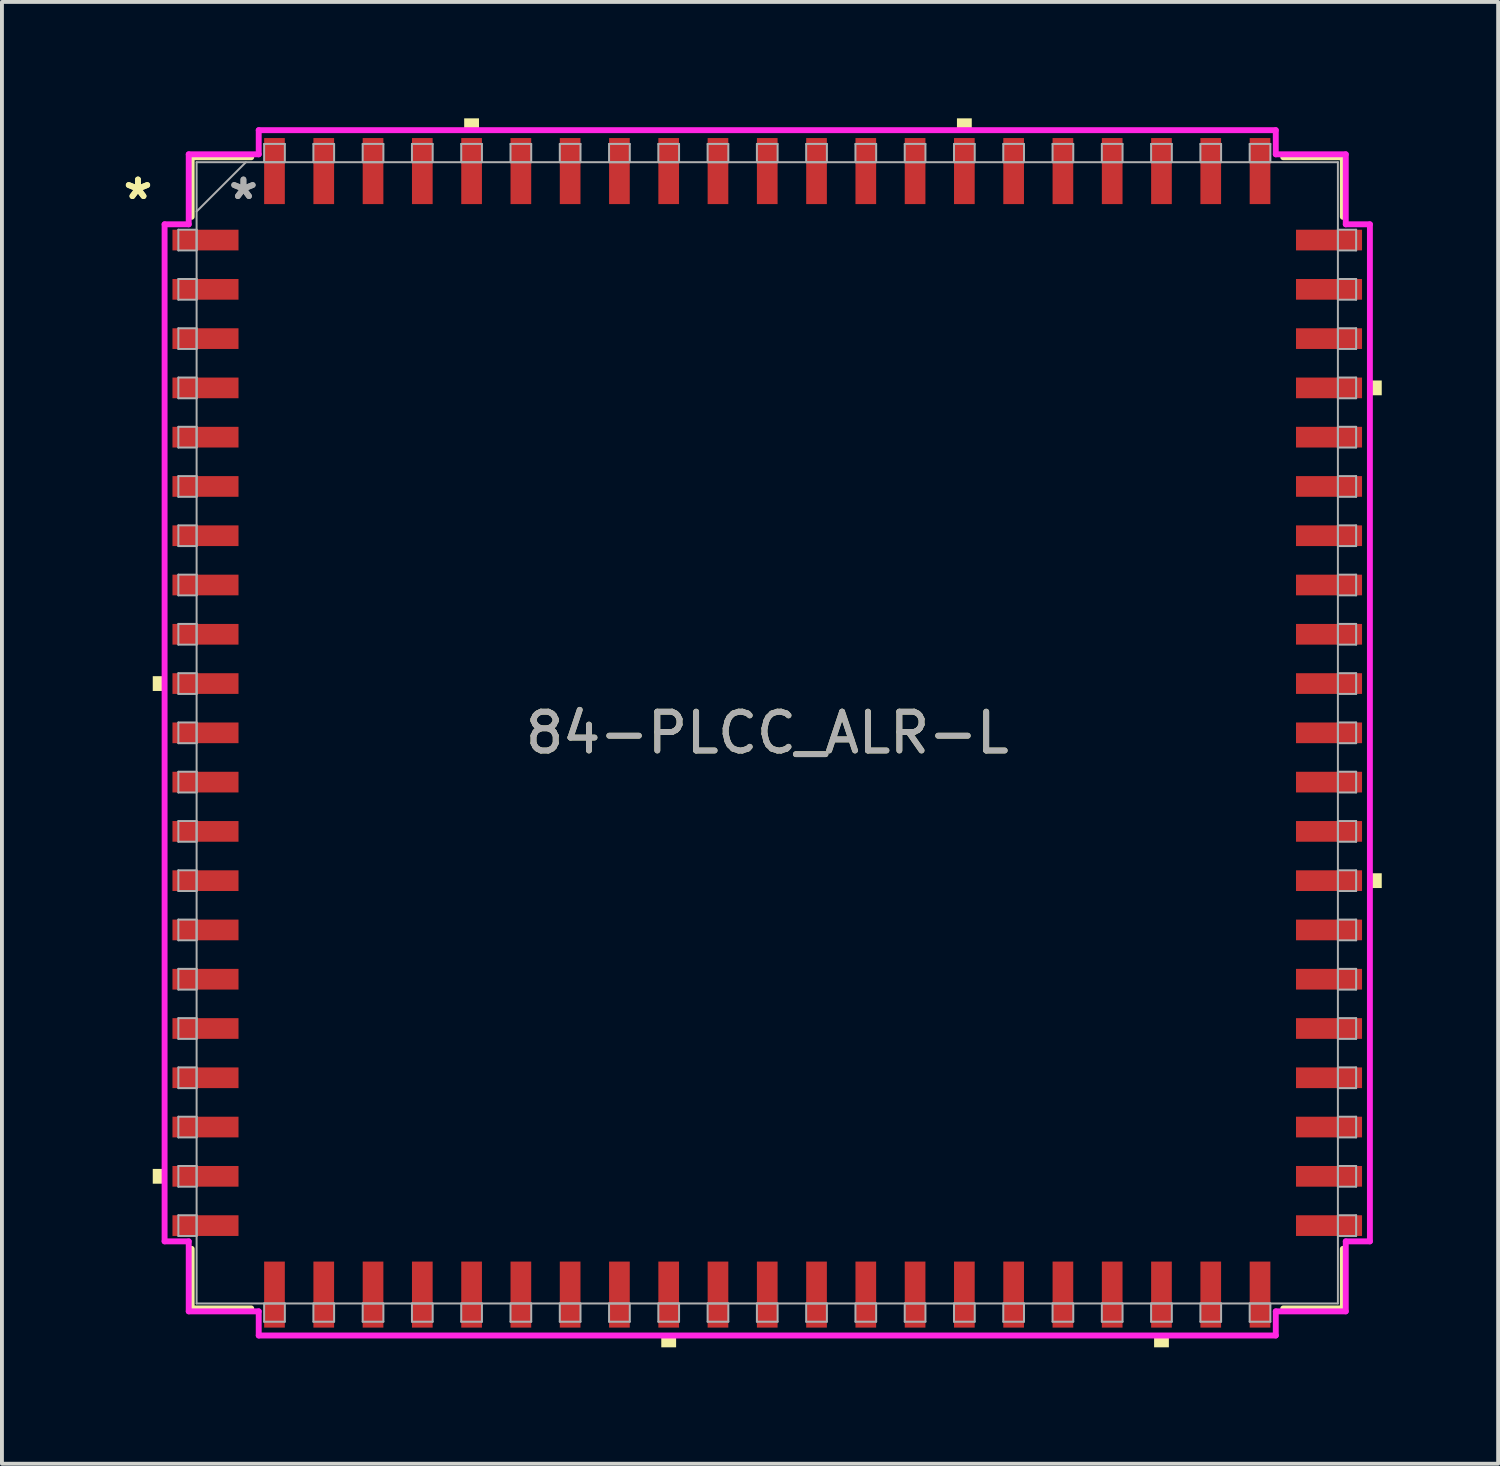
<source format=kicad_pcb>
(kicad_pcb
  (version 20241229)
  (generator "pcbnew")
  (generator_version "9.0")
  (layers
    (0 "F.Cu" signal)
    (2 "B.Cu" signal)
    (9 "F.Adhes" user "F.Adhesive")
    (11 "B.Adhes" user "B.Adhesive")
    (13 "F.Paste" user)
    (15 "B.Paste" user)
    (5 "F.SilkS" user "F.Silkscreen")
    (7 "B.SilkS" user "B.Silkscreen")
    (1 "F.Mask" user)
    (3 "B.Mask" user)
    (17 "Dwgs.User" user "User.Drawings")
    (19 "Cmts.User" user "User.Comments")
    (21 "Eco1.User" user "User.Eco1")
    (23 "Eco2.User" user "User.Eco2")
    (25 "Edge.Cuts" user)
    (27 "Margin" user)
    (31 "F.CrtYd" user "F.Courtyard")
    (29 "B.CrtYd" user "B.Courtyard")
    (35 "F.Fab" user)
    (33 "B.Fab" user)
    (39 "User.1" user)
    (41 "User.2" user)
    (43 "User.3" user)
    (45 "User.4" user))
  (footprint "84-PLCC_ALR-L"
    (layer "F.Cu")
    (at 16.724 15.837)
    (property "Reference" "84-PLCC_ALR-L" (at 0 0 0) (unlocked yes) (layer "F.SilkS") (effects (font (size 1 1) (thickness 0.15))))
    (attr smd)
    (fp_line (start -14.834 -14.834) (end -14.834 -13.299) (stroke (width 0.152) (type solid)) (layer "F.SilkS"))
    (fp_line (start -14.834 13.299) (end -14.834 14.834) (stroke (width 0.152) (type solid)) (layer "F.SilkS"))
    (fp_line (start -14.834 14.834) (end -13.299 14.834) (stroke (width 0.152) (type solid)) (layer "F.SilkS"))
    (fp_line (start -13.299 -14.834) (end -14.834 -14.834) (stroke (width 0.152) (type solid)) (layer "F.SilkS"))
    (fp_line (start 13.299 14.834) (end 14.834 14.834) (stroke (width 0.152) (type solid)) (layer "F.SilkS"))
    (fp_line (start 14.834 -14.834) (end 13.299 -14.834) (stroke (width 0.152) (type solid)) (layer "F.SilkS"))
    (fp_line (start 14.834 -13.299) (end 14.834 -14.834) (stroke (width 0.152) (type solid)) (layer "F.SilkS"))
    (fp_line (start 14.834 14.834) (end 14.834 13.299) (stroke (width 0.152) (type solid)) (layer "F.SilkS"))
    (fp_poly (pts (xy -15.837 -1.46) (xy -15.837 -1.079) (xy -15.583 -1.079) (xy -15.583 -1.46)) (stroke (width 0) (type solid)) (fill yes) (layer "F.SilkS"))
    (fp_poly (pts (xy -15.837 11.239) (xy -15.837 11.62) (xy -15.583 11.62) (xy -15.583 11.239)) (stroke (width 0) (type solid)) (fill yes) (layer "F.SilkS"))
    (fp_poly (pts (xy -7.811 -15.583) (xy -7.811 -15.837) (xy -7.429 -15.837) (xy -7.429 -15.583)) (stroke (width 0) (type solid)) (fill yes) (layer "F.SilkS"))
    (fp_poly (pts (xy -2.731 15.583) (xy -2.731 15.837) (xy -2.349 15.837) (xy -2.349 15.583)) (stroke (width 0) (type solid)) (fill yes) (layer "F.SilkS"))
    (fp_poly (pts (xy 4.889 -15.583) (xy 4.889 -15.837) (xy 5.271 -15.837) (xy 5.271 -15.583)) (stroke (width 0) (type solid)) (fill yes) (layer "F.SilkS"))
    (fp_poly (pts (xy 9.97 15.583) (xy 9.97 15.837) (xy 10.351 15.837) (xy 10.351 15.583)) (stroke (width 0) (type solid)) (fill yes) (layer "F.SilkS"))
    (fp_poly (pts (xy 15.837 -9.081) (xy 15.837 -8.7) (xy 15.583 -8.7) (xy 15.583 -9.081)) (stroke (width 0) (type solid)) (fill yes) (layer "F.SilkS"))
    (fp_poly (pts (xy 15.837 3.619) (xy 15.837 4) (xy 15.583 4) (xy 15.583 3.619)) (stroke (width 0) (type solid)) (fill yes) (layer "F.SilkS"))
    (fp_line (start -15.532 -13.106) (end -14.91 -13.106) (stroke (width 0.152) (type solid)) (layer "F.CrtYd"))
    (fp_line (start -15.532 13.106) (end -15.532 -13.106) (stroke (width 0.152) (type solid)) (layer "F.CrtYd"))
    (fp_line (start -15.532 13.106) (end -14.91 13.106) (stroke (width 0.152) (type solid)) (layer "F.CrtYd"))
    (fp_line (start -14.91 -14.91) (end -13.106 -14.91) (stroke (width 0.152) (type solid)) (layer "F.CrtYd"))
    (fp_line (start -14.91 -13.106) (end -14.91 -14.91) (stroke (width 0.152) (type solid)) (layer "F.CrtYd"))
    (fp_line (start -14.91 14.91) (end -14.91 13.106) (stroke (width 0.152) (type solid)) (layer "F.CrtYd"))
    (fp_line (start -13.106 -15.532) (end 13.106 -15.532) (stroke (width 0.152) (type solid)) (layer "F.CrtYd"))
    (fp_line (start -13.106 -14.91) (end -13.106 -15.532) (stroke (width 0.152) (type solid)) (layer "F.CrtYd"))
    (fp_line (start -13.106 14.91) (end -14.91 14.91) (stroke (width 0.152) (type solid)) (layer "F.CrtYd"))
    (fp_line (start -13.106 15.532) (end -13.106 14.91) (stroke (width 0.152) (type solid)) (layer "F.CrtYd"))
    (fp_line (start 13.106 -15.532) (end 13.106 -14.91) (stroke (width 0.152) (type solid)) (layer "F.CrtYd"))
    (fp_line (start 13.106 -14.91) (end 14.91 -14.91) (stroke (width 0.152) (type solid)) (layer "F.CrtYd"))
    (fp_line (start 13.106 14.91) (end 13.106 15.532) (stroke (width 0.152) (type solid)) (layer "F.CrtYd"))
    (fp_line (start 13.106 15.532) (end -13.106 15.532) (stroke (width 0.152) (type solid)) (layer "F.CrtYd"))
    (fp_line (start 14.91 -14.91) (end 14.91 -13.106) (stroke (width 0.152) (type solid)) (layer "F.CrtYd"))
    (fp_line (start 14.91 -13.106) (end 15.532 -13.106) (stroke (width 0.152) (type solid)) (layer "F.CrtYd"))
    (fp_line (start 14.91 13.106) (end 14.91 14.91) (stroke (width 0.152) (type solid)) (layer "F.CrtYd"))
    (fp_line (start 14.91 14.91) (end 13.106 14.91) (stroke (width 0.152) (type solid)) (layer "F.CrtYd"))
    (fp_line (start 15.532 -13.106) (end 15.532 13.106) (stroke (width 0.152) (type solid)) (layer "F.CrtYd"))
    (fp_line (start 15.532 13.106) (end 14.91 13.106) (stroke (width 0.152) (type solid)) (layer "F.CrtYd"))
    (fp_line (start -15.177 -12.967) (end -15.177 -12.433) (stroke (width 0.051) (type solid)) (layer "F.Fab"))
    (fp_line (start -15.177 -12.433) (end -14.707 -12.433) (stroke (width 0.051) (type solid)) (layer "F.Fab"))
    (fp_line (start -15.177 -11.697) (end -15.177 -11.163) (stroke (width 0.051) (type solid)) (layer "F.Fab"))
    (fp_line (start -15.177 -11.163) (end -14.707 -11.163) (stroke (width 0.051) (type solid)) (layer "F.Fab"))
    (fp_line (start -15.177 -10.427) (end -15.177 -9.893) (stroke (width 0.051) (type solid)) (layer "F.Fab"))
    (fp_line (start -15.177 -9.893) (end -14.707 -9.893) (stroke (width 0.051) (type solid)) (layer "F.Fab"))
    (fp_line (start -15.177 -9.157) (end -15.177 -8.623) (stroke (width 0.051) (type solid)) (layer "F.Fab"))
    (fp_line (start -15.177 -8.623) (end -14.707 -8.623) (stroke (width 0.051) (type solid)) (layer "F.Fab"))
    (fp_line (start -15.177 -7.887) (end -15.177 -7.353) (stroke (width 0.051) (type solid)) (layer "F.Fab"))
    (fp_line (start -15.177 -7.353) (end -14.707 -7.353) (stroke (width 0.051) (type solid)) (layer "F.Fab"))
    (fp_line (start -15.177 -6.617) (end -15.177 -6.083) (stroke (width 0.051) (type solid)) (layer "F.Fab"))
    (fp_line (start -15.177 -6.083) (end -14.707 -6.083) (stroke (width 0.051) (type solid)) (layer "F.Fab"))
    (fp_line (start -15.177 -5.347) (end -15.177 -4.813) (stroke (width 0.051) (type solid)) (layer "F.Fab"))
    (fp_line (start -15.177 -4.813) (end -14.707 -4.813) (stroke (width 0.051) (type solid)) (layer "F.Fab"))
    (fp_line (start -15.177 -4.077) (end -15.177 -3.543) (stroke (width 0.051) (type solid)) (layer "F.Fab"))
    (fp_line (start -15.177 -3.543) (end -14.707 -3.543) (stroke (width 0.051) (type solid)) (layer "F.Fab"))
    (fp_line (start -15.177 -2.807) (end -15.177 -2.273) (stroke (width 0.051) (type solid)) (layer "F.Fab"))
    (fp_line (start -15.177 -2.273) (end -14.707 -2.273) (stroke (width 0.051) (type solid)) (layer "F.Fab"))
    (fp_line (start -15.177 -1.537) (end -15.177 -1.003) (stroke (width 0.051) (type solid)) (layer "F.Fab"))
    (fp_line (start -15.177 -1.003) (end -14.707 -1.003) (stroke (width 0.051) (type solid)) (layer "F.Fab"))
    (fp_line (start -15.177 -0.267) (end -15.177 0.267) (stroke (width 0.051) (type solid)) (layer "F.Fab"))
    (fp_line (start -15.177 0.267) (end -14.707 0.267) (stroke (width 0.051) (type solid)) (layer "F.Fab"))
    (fp_line (start -15.177 1.003) (end -15.177 1.537) (stroke (width 0.051) (type solid)) (layer "F.Fab"))
    (fp_line (start -15.177 1.537) (end -14.707 1.537) (stroke (width 0.051) (type solid)) (layer "F.Fab"))
    (fp_line (start -15.177 2.273) (end -15.177 2.807) (stroke (width 0.051) (type solid)) (layer "F.Fab"))
    (fp_line (start -15.177 2.807) (end -14.707 2.807) (stroke (width 0.051) (type solid)) (layer "F.Fab"))
    (fp_line (start -15.177 3.543) (end -15.177 4.077) (stroke (width 0.051) (type solid)) (layer "F.Fab"))
    (fp_line (start -15.177 4.077) (end -14.707 4.077) (stroke (width 0.051) (type solid)) (layer "F.Fab"))
    (fp_line (start -15.177 4.813) (end -15.177 5.347) (stroke (width 0.051) (type solid)) (layer "F.Fab"))
    (fp_line (start -15.177 5.347) (end -14.707 5.347) (stroke (width 0.051) (type solid)) (layer "F.Fab"))
    (fp_line (start -15.177 6.083) (end -15.177 6.617) (stroke (width 0.051) (type solid)) (layer "F.Fab"))
    (fp_line (start -15.177 6.617) (end -14.707 6.617) (stroke (width 0.051) (type solid)) (layer "F.Fab"))
    (fp_line (start -15.177 7.353) (end -15.177 7.887) (stroke (width 0.051) (type solid)) (layer "F.Fab"))
    (fp_line (start -15.177 7.887) (end -14.707 7.887) (stroke (width 0.051) (type solid)) (layer "F.Fab"))
    (fp_line (start -15.177 8.623) (end -15.177 9.157) (stroke (width 0.051) (type solid)) (layer "F.Fab"))
    (fp_line (start -15.177 9.157) (end -14.707 9.157) (stroke (width 0.051) (type solid)) (layer "F.Fab"))
    (fp_line (start -15.177 9.893) (end -15.177 10.427) (stroke (width 0.051) (type solid)) (layer "F.Fab"))
    (fp_line (start -15.177 10.427) (end -14.707 10.427) (stroke (width 0.051) (type solid)) (layer "F.Fab"))
    (fp_line (start -15.177 11.163) (end -15.177 11.697) (stroke (width 0.051) (type solid)) (layer "F.Fab"))
    (fp_line (start -15.177 11.697) (end -14.707 11.697) (stroke (width 0.051) (type solid)) (layer "F.Fab"))
    (fp_line (start -15.177 12.433) (end -15.177 12.967) (stroke (width 0.051) (type solid)) (layer "F.Fab"))
    (fp_line (start -15.177 12.967) (end -14.707 12.967) (stroke (width 0.051) (type solid)) (layer "F.Fab"))
    (fp_line (start -14.707 -14.707) (end -14.707 14.707) (stroke (width 0.051) (type solid)) (layer "F.Fab"))
    (fp_line (start -14.707 -13.437) (end -13.437 -14.707) (stroke (width 0.051) (type solid)) (layer "F.Fab"))
    (fp_line (start -14.707 -12.967) (end -15.177 -12.967) (stroke (width 0.051) (type solid)) (layer "F.Fab"))
    (fp_line (start -14.707 -12.433) (end -14.707 -12.967) (stroke (width 0.051) (type solid)) (layer "F.Fab"))
    (fp_line (start -14.707 -11.697) (end -15.177 -11.697) (stroke (width 0.051) (type solid)) (layer "F.Fab"))
    (fp_line (start -14.707 -11.163) (end -14.707 -11.697) (stroke (width 0.051) (type solid)) (layer "F.Fab"))
    (fp_line (start -14.707 -10.427) (end -15.177 -10.427) (stroke (width 0.051) (type solid)) (layer "F.Fab"))
    (fp_line (start -14.707 -9.893) (end -14.707 -10.427) (stroke (width 0.051) (type solid)) (layer "F.Fab"))
    (fp_line (start -14.707 -9.157) (end -15.177 -9.157) (stroke (width 0.051) (type solid)) (layer "F.Fab"))
    (fp_line (start -14.707 -8.623) (end -14.707 -9.157) (stroke (width 0.051) (type solid)) (layer "F.Fab"))
    (fp_line (start -14.707 -7.887) (end -15.177 -7.887) (stroke (width 0.051) (type solid)) (layer "F.Fab"))
    (fp_line (start -14.707 -7.353) (end -14.707 -7.887) (stroke (width 0.051) (type solid)) (layer "F.Fab"))
    (fp_line (start -14.707 -6.617) (end -15.177 -6.617) (stroke (width 0.051) (type solid)) (layer "F.Fab"))
    (fp_line (start -14.707 -6.083) (end -14.707 -6.617) (stroke (width 0.051) (type solid)) (layer "F.Fab"))
    (fp_line (start -14.707 -5.347) (end -15.177 -5.347) (stroke (width 0.051) (type solid)) (layer "F.Fab"))
    (fp_line (start -14.707 -4.813) (end -14.707 -5.347) (stroke (width 0.051) (type solid)) (layer "F.Fab"))
    (fp_line (start -14.707 -4.077) (end -15.177 -4.077) (stroke (width 0.051) (type solid)) (layer "F.Fab"))
    (fp_line (start -14.707 -3.543) (end -14.707 -4.077) (stroke (width 0.051) (type solid)) (layer "F.Fab"))
    (fp_line (start -14.707 -2.807) (end -15.177 -2.807) (stroke (width 0.051) (type solid)) (layer "F.Fab"))
    (fp_line (start -14.707 -2.273) (end -14.707 -2.807) (stroke (width 0.051) (type solid)) (layer "F.Fab"))
    (fp_line (start -14.707 -1.537) (end -15.177 -1.537) (stroke (width 0.051) (type solid)) (layer "F.Fab"))
    (fp_line (start -14.707 -1.003) (end -14.707 -1.537) (stroke (width 0.051) (type solid)) (layer "F.Fab"))
    (fp_line (start -14.707 -0.267) (end -15.177 -0.267) (stroke (width 0.051) (type solid)) (layer "F.Fab"))
    (fp_line (start -14.707 0.267) (end -14.707 -0.267) (stroke (width 0.051) (type solid)) (layer "F.Fab"))
    (fp_line (start -14.707 1.003) (end -15.177 1.003) (stroke (width 0.051) (type solid)) (layer "F.Fab"))
    (fp_line (start -14.707 1.537) (end -14.707 1.003) (stroke (width 0.051) (type solid)) (layer "F.Fab"))
    (fp_line (start -14.707 2.273) (end -15.177 2.273) (stroke (width 0.051) (type solid)) (layer "F.Fab"))
    (fp_line (start -14.707 2.807) (end -14.707 2.273) (stroke (width 0.051) (type solid)) (layer "F.Fab"))
    (fp_line (start -14.707 3.543) (end -15.177 3.543) (stroke (width 0.051) (type solid)) (layer "F.Fab"))
    (fp_line (start -14.707 4.077) (end -14.707 3.543) (stroke (width 0.051) (type solid)) (layer "F.Fab"))
    (fp_line (start -14.707 4.813) (end -15.177 4.813) (stroke (width 0.051) (type solid)) (layer "F.Fab"))
    (fp_line (start -14.707 5.347) (end -14.707 4.813) (stroke (width 0.051) (type solid)) (layer "F.Fab"))
    (fp_line (start -14.707 6.083) (end -15.177 6.083) (stroke (width 0.051) (type solid)) (layer "F.Fab"))
    (fp_line (start -14.707 6.617) (end -14.707 6.083) (stroke (width 0.051) (type solid)) (layer "F.Fab"))
    (fp_line (start -14.707 7.353) (end -15.177 7.353) (stroke (width 0.051) (type solid)) (layer "F.Fab"))
    (fp_line (start -14.707 7.887) (end -14.707 7.353) (stroke (width 0.051) (type solid)) (layer "F.Fab"))
    (fp_line (start -14.707 8.623) (end -15.177 8.623) (stroke (width 0.051) (type solid)) (layer "F.Fab"))
    (fp_line (start -14.707 9.157) (end -14.707 8.623) (stroke (width 0.051) (type solid)) (layer "F.Fab"))
    (fp_line (start -14.707 9.893) (end -15.177 9.893) (stroke (width 0.051) (type solid)) (layer "F.Fab"))
    (fp_line (start -14.707 10.427) (end -14.707 9.893) (stroke (width 0.051) (type solid)) (layer "F.Fab"))
    (fp_line (start -14.707 11.163) (end -15.177 11.163) (stroke (width 0.051) (type solid)) (layer "F.Fab"))
    (fp_line (start -14.707 11.697) (end -14.707 11.163) (stroke (width 0.051) (type solid)) (layer "F.Fab"))
    (fp_line (start -14.707 12.433) (end -15.177 12.433) (stroke (width 0.051) (type solid)) (layer "F.Fab"))
    (fp_line (start -14.707 12.967) (end -14.707 12.433) (stroke (width 0.051) (type solid)) (layer "F.Fab"))
    (fp_line (start -14.707 14.707) (end 14.707 14.707) (stroke (width 0.051) (type solid)) (layer "F.Fab"))
    (fp_line (start -12.967 -15.177) (end -12.967 -14.707) (stroke (width 0.051) (type solid)) (layer "F.Fab"))
    (fp_line (start -12.967 -14.707) (end -12.433 -14.707) (stroke (width 0.051) (type solid)) (layer "F.Fab"))
    (fp_line (start -12.967 14.707) (end -12.967 15.177) (stroke (width 0.051) (type solid)) (layer "F.Fab"))
    (fp_line (start -12.967 15.177) (end -12.433 15.177) (stroke (width 0.051) (type solid)) (layer "F.Fab"))
    (fp_line (start -12.433 -15.177) (end -12.967 -15.177) (stroke (width 0.051) (type solid)) (layer "F.Fab"))
    (fp_line (start -12.433 -14.707) (end -12.433 -15.177) (stroke (width 0.051) (type solid)) (layer "F.Fab"))
    (fp_line (start -12.433 14.707) (end -12.967 14.707) (stroke (width 0.051) (type solid)) (layer "F.Fab"))
    (fp_line (start -12.433 15.177) (end -12.433 14.707) (stroke (width 0.051) (type solid)) (layer "F.Fab"))
    (fp_line (start -11.697 -15.177) (end -11.697 -14.707) (stroke (width 0.051) (type solid)) (layer "F.Fab"))
    (fp_line (start -11.697 -14.707) (end -11.163 -14.707) (stroke (width 0.051) (type solid)) (layer "F.Fab"))
    (fp_line (start -11.697 14.707) (end -11.697 15.177) (stroke (width 0.051) (type solid)) (layer "F.Fab"))
    (fp_line (start -11.697 15.177) (end -11.163 15.177) (stroke (width 0.051) (type solid)) (layer "F.Fab"))
    (fp_line (start -11.163 -15.177) (end -11.697 -15.177) (stroke (width 0.051) (type solid)) (layer "F.Fab"))
    (fp_line (start -11.163 -14.707) (end -11.163 -15.177) (stroke (width 0.051) (type solid)) (layer "F.Fab"))
    (fp_line (start -11.163 14.707) (end -11.697 14.707) (stroke (width 0.051) (type solid)) (layer "F.Fab"))
    (fp_line (start -11.163 15.177) (end -11.163 14.707) (stroke (width 0.051) (type solid)) (layer "F.Fab"))
    (fp_line (start -10.427 -15.177) (end -10.427 -14.707) (stroke (width 0.051) (type solid)) (layer "F.Fab"))
    (fp_line (start -10.427 -14.707) (end -9.893 -14.707) (stroke (width 0.051) (type solid)) (layer "F.Fab"))
    (fp_line (start -10.427 14.707) (end -10.427 15.177) (stroke (width 0.051) (type solid)) (layer "F.Fab"))
    (fp_line (start -10.427 15.177) (end -9.893 15.177) (stroke (width 0.051) (type solid)) (layer "F.Fab"))
    (fp_line (start -9.893 -15.177) (end -10.427 -15.177) (stroke (width 0.051) (type solid)) (layer "F.Fab"))
    (fp_line (start -9.893 -14.707) (end -9.893 -15.177) (stroke (width 0.051) (type solid)) (layer "F.Fab"))
    (fp_line (start -9.893 14.707) (end -10.427 14.707) (stroke (width 0.051) (type solid)) (layer "F.Fab"))
    (fp_line (start -9.893 15.177) (end -9.893 14.707) (stroke (width 0.051) (type solid)) (layer "F.Fab"))
    (fp_line (start -9.157 -15.177) (end -9.157 -14.707) (stroke (width 0.051) (type solid)) (layer "F.Fab"))
    (fp_line (start -9.157 -14.707) (end -8.623 -14.707) (stroke (width 0.051) (type solid)) (layer "F.Fab"))
    (fp_line (start -9.157 14.707) (end -9.157 15.177) (stroke (width 0.051) (type solid)) (layer "F.Fab"))
    (fp_line (start -9.157 15.177) (end -8.623 15.177) (stroke (width 0.051) (type solid)) (layer "F.Fab"))
    (fp_line (start -8.623 -15.177) (end -9.157 -15.177) (stroke (width 0.051) (type solid)) (layer "F.Fab"))
    (fp_line (start -8.623 -14.707) (end -8.623 -15.177) (stroke (width 0.051) (type solid)) (layer "F.Fab"))
    (fp_line (start -8.623 14.707) (end -9.157 14.707) (stroke (width 0.051) (type solid)) (layer "F.Fab"))
    (fp_line (start -8.623 15.177) (end -8.623 14.707) (stroke (width 0.051) (type solid)) (layer "F.Fab"))
    (fp_line (start -7.887 -15.177) (end -7.887 -14.707) (stroke (width 0.051) (type solid)) (layer "F.Fab"))
    (fp_line (start -7.887 -14.707) (end -7.353 -14.707) (stroke (width 0.051) (type solid)) (layer "F.Fab"))
    (fp_line (start -7.887 14.707) (end -7.887 15.177) (stroke (width 0.051) (type solid)) (layer "F.Fab"))
    (fp_line (start -7.887 15.177) (end -7.353 15.177) (stroke (width 0.051) (type solid)) (layer "F.Fab"))
    (fp_line (start -7.353 -15.177) (end -7.887 -15.177) (stroke (width 0.051) (type solid)) (layer "F.Fab"))
    (fp_line (start -7.353 -14.707) (end -7.353 -15.177) (stroke (width 0.051) (type solid)) (layer "F.Fab"))
    (fp_line (start -7.353 14.707) (end -7.887 14.707) (stroke (width 0.051) (type solid)) (layer "F.Fab"))
    (fp_line (start -7.353 15.177) (end -7.353 14.707) (stroke (width 0.051) (type solid)) (layer "F.Fab"))
    (fp_line (start -6.617 -15.177) (end -6.617 -14.707) (stroke (width 0.051) (type solid)) (layer "F.Fab"))
    (fp_line (start -6.617 -14.707) (end -6.083 -14.707) (stroke (width 0.051) (type solid)) (layer "F.Fab"))
    (fp_line (start -6.617 14.707) (end -6.617 15.177) (stroke (width 0.051) (type solid)) (layer "F.Fab"))
    (fp_line (start -6.617 15.177) (end -6.083 15.177) (stroke (width 0.051) (type solid)) (layer "F.Fab"))
    (fp_line (start -6.083 -15.177) (end -6.617 -15.177) (stroke (width 0.051) (type solid)) (layer "F.Fab"))
    (fp_line (start -6.083 -14.707) (end -6.083 -15.177) (stroke (width 0.051) (type solid)) (layer "F.Fab"))
    (fp_line (start -6.083 14.707) (end -6.617 14.707) (stroke (width 0.051) (type solid)) (layer "F.Fab"))
    (fp_line (start -6.083 15.177) (end -6.083 14.707) (stroke (width 0.051) (type solid)) (layer "F.Fab"))
    (fp_line (start -5.347 -15.177) (end -5.347 -14.707) (stroke (width 0.051) (type solid)) (layer "F.Fab"))
    (fp_line (start -5.347 -14.707) (end -4.813 -14.707) (stroke (width 0.051) (type solid)) (layer "F.Fab"))
    (fp_line (start -5.347 14.707) (end -5.347 15.177) (stroke (width 0.051) (type solid)) (layer "F.Fab"))
    (fp_line (start -5.347 15.177) (end -4.813 15.177) (stroke (width 0.051) (type solid)) (layer "F.Fab"))
    (fp_line (start -4.813 -15.177) (end -5.347 -15.177) (stroke (width 0.051) (type solid)) (layer "F.Fab"))
    (fp_line (start -4.813 -14.707) (end -4.813 -15.177) (stroke (width 0.051) (type solid)) (layer "F.Fab"))
    (fp_line (start -4.813 14.707) (end -5.347 14.707) (stroke (width 0.051) (type solid)) (layer "F.Fab"))
    (fp_line (start -4.813 15.177) (end -4.813 14.707) (stroke (width 0.051) (type solid)) (layer "F.Fab"))
    (fp_line (start -4.077 -15.177) (end -4.077 -14.707) (stroke (width 0.051) (type solid)) (layer "F.Fab"))
    (fp_line (start -4.077 -14.707) (end -3.543 -14.707) (stroke (width 0.051) (type solid)) (layer "F.Fab"))
    (fp_line (start -4.077 14.707) (end -4.077 15.177) (stroke (width 0.051) (type solid)) (layer "F.Fab"))
    (fp_line (start -4.077 15.177) (end -3.543 15.177) (stroke (width 0.051) (type solid)) (layer "F.Fab"))
    (fp_line (start -3.543 -15.177) (end -4.077 -15.177) (stroke (width 0.051) (type solid)) (layer "F.Fab"))
    (fp_line (start -3.543 -14.707) (end -3.543 -15.177) (stroke (width 0.051) (type solid)) (layer "F.Fab"))
    (fp_line (start -3.543 14.707) (end -4.077 14.707) (stroke (width 0.051) (type solid)) (layer "F.Fab"))
    (fp_line (start -3.543 15.177) (end -3.543 14.707) (stroke (width 0.051) (type solid)) (layer "F.Fab"))
    (fp_line (start -2.807 -15.177) (end -2.807 -14.707) (stroke (width 0.051) (type solid)) (layer "F.Fab"))
    (fp_line (start -2.807 -14.707) (end -2.273 -14.707) (stroke (width 0.051) (type solid)) (layer "F.Fab"))
    (fp_line (start -2.807 14.707) (end -2.807 15.177) (stroke (width 0.051) (type solid)) (layer "F.Fab"))
    (fp_line (start -2.807 15.177) (end -2.273 15.177) (stroke (width 0.051) (type solid)) (layer "F.Fab"))
    (fp_line (start -2.273 -15.177) (end -2.807 -15.177) (stroke (width 0.051) (type solid)) (layer "F.Fab"))
    (fp_line (start -2.273 -14.707) (end -2.273 -15.177) (stroke (width 0.051) (type solid)) (layer "F.Fab"))
    (fp_line (start -2.273 14.707) (end -2.807 14.707) (stroke (width 0.051) (type solid)) (layer "F.Fab"))
    (fp_line (start -2.273 15.177) (end -2.273 14.707) (stroke (width 0.051) (type solid)) (layer "F.Fab"))
    (fp_line (start -1.537 -15.177) (end -1.537 -14.707) (stroke (width 0.051) (type solid)) (layer "F.Fab"))
    (fp_line (start -1.537 -14.707) (end -1.003 -14.707) (stroke (width 0.051) (type solid)) (layer "F.Fab"))
    (fp_line (start -1.537 14.707) (end -1.537 15.177) (stroke (width 0.051) (type solid)) (layer "F.Fab"))
    (fp_line (start -1.537 15.177) (end -1.003 15.177) (stroke (width 0.051) (type solid)) (layer "F.Fab"))
    (fp_line (start -1.003 -15.177) (end -1.537 -15.177) (stroke (width 0.051) (type solid)) (layer "F.Fab"))
    (fp_line (start -1.003 -14.707) (end -1.003 -15.177) (stroke (width 0.051) (type solid)) (layer "F.Fab"))
    (fp_line (start -1.003 14.707) (end -1.537 14.707) (stroke (width 0.051) (type solid)) (layer "F.Fab"))
    (fp_line (start -1.003 15.177) (end -1.003 14.707) (stroke (width 0.051) (type solid)) (layer "F.Fab"))
    (fp_line (start -0.267 -15.177) (end -0.267 -14.707) (stroke (width 0.051) (type solid)) (layer "F.Fab"))
    (fp_line (start -0.267 -14.707) (end 0.267 -14.707) (stroke (width 0.051) (type solid)) (layer "F.Fab"))
    (fp_line (start -0.267 14.707) (end -0.267 15.177) (stroke (width 0.051) (type solid)) (layer "F.Fab"))
    (fp_line (start -0.267 15.177) (end 0.267 15.177) (stroke (width 0.051) (type solid)) (layer "F.Fab"))
    (fp_line (start 0.267 -15.177) (end -0.267 -15.177) (stroke (width 0.051) (type solid)) (layer "F.Fab"))
    (fp_line (start 0.267 -14.707) (end 0.267 -15.177) (stroke (width 0.051) (type solid)) (layer "F.Fab"))
    (fp_line (start 0.267 14.707) (end -0.267 14.707) (stroke (width 0.051) (type solid)) (layer "F.Fab"))
    (fp_line (start 0.267 15.177) (end 0.267 14.707) (stroke (width 0.051) (type solid)) (layer "F.Fab"))
    (fp_line (start 1.003 -15.177) (end 1.003 -14.707) (stroke (width 0.051) (type solid)) (layer "F.Fab"))
    (fp_line (start 1.003 -14.707) (end 1.537 -14.707) (stroke (width 0.051) (type solid)) (layer "F.Fab"))
    (fp_line (start 1.003 14.707) (end 1.003 15.177) (stroke (width 0.051) (type solid)) (layer "F.Fab"))
    (fp_line (start 1.003 15.177) (end 1.537 15.177) (stroke (width 0.051) (type solid)) (layer "F.Fab"))
    (fp_line (start 1.537 -15.177) (end 1.003 -15.177) (stroke (width 0.051) (type solid)) (layer "F.Fab"))
    (fp_line (start 1.537 -14.707) (end 1.537 -15.177) (stroke (width 0.051) (type solid)) (layer "F.Fab"))
    (fp_line (start 1.537 14.707) (end 1.003 14.707) (stroke (width 0.051) (type solid)) (layer "F.Fab"))
    (fp_line (start 1.537 15.177) (end 1.537 14.707) (stroke (width 0.051) (type solid)) (layer "F.Fab"))
    (fp_line (start 2.273 -15.177) (end 2.273 -14.707) (stroke (width 0.051) (type solid)) (layer "F.Fab"))
    (fp_line (start 2.273 -14.707) (end 2.807 -14.707) (stroke (width 0.051) (type solid)) (layer "F.Fab"))
    (fp_line (start 2.273 14.707) (end 2.273 15.177) (stroke (width 0.051) (type solid)) (layer "F.Fab"))
    (fp_line (start 2.273 15.177) (end 2.807 15.177) (stroke (width 0.051) (type solid)) (layer "F.Fab"))
    (fp_line (start 2.807 -15.177) (end 2.273 -15.177) (stroke (width 0.051) (type solid)) (layer "F.Fab"))
    (fp_line (start 2.807 -14.707) (end 2.807 -15.177) (stroke (width 0.051) (type solid)) (layer "F.Fab"))
    (fp_line (start 2.807 14.707) (end 2.273 14.707) (stroke (width 0.051) (type solid)) (layer "F.Fab"))
    (fp_line (start 2.807 15.177) (end 2.807 14.707) (stroke (width 0.051) (type solid)) (layer "F.Fab"))
    (fp_line (start 3.543 -15.177) (end 3.543 -14.707) (stroke (width 0.051) (type solid)) (layer "F.Fab"))
    (fp_line (start 3.543 -14.707) (end 4.077 -14.707) (stroke (width 0.051) (type solid)) (layer "F.Fab"))
    (fp_line (start 3.543 14.707) (end 3.543 15.177) (stroke (width 0.051) (type solid)) (layer "F.Fab"))
    (fp_line (start 3.543 15.177) (end 4.077 15.177) (stroke (width 0.051) (type solid)) (layer "F.Fab"))
    (fp_line (start 4.077 -15.177) (end 3.543 -15.177) (stroke (width 0.051) (type solid)) (layer "F.Fab"))
    (fp_line (start 4.077 -14.707) (end 4.077 -15.177) (stroke (width 0.051) (type solid)) (layer "F.Fab"))
    (fp_line (start 4.077 14.707) (end 3.543 14.707) (stroke (width 0.051) (type solid)) (layer "F.Fab"))
    (fp_line (start 4.077 15.177) (end 4.077 14.707) (stroke (width 0.051) (type solid)) (layer "F.Fab"))
    (fp_line (start 4.813 -15.177) (end 4.813 -14.707) (stroke (width 0.051) (type solid)) (layer "F.Fab"))
    (fp_line (start 4.813 -14.707) (end 5.347 -14.707) (stroke (width 0.051) (type solid)) (layer "F.Fab"))
    (fp_line (start 4.813 14.707) (end 4.813 15.177) (stroke (width 0.051) (type solid)) (layer "F.Fab"))
    (fp_line (start 4.813 15.177) (end 5.347 15.177) (stroke (width 0.051) (type solid)) (layer "F.Fab"))
    (fp_line (start 5.347 -15.177) (end 4.813 -15.177) (stroke (width 0.051) (type solid)) (layer "F.Fab"))
    (fp_line (start 5.347 -14.707) (end 5.347 -15.177) (stroke (width 0.051) (type solid)) (layer "F.Fab"))
    (fp_line (start 5.347 14.707) (end 4.813 14.707) (stroke (width 0.051) (type solid)) (layer "F.Fab"))
    (fp_line (start 5.347 15.177) (end 5.347 14.707) (stroke (width 0.051) (type solid)) (layer "F.Fab"))
    (fp_line (start 6.083 -15.177) (end 6.083 -14.707) (stroke (width 0.051) (type solid)) (layer "F.Fab"))
    (fp_line (start 6.083 -14.707) (end 6.617 -14.707) (stroke (width 0.051) (type solid)) (layer "F.Fab"))
    (fp_line (start 6.083 14.707) (end 6.083 15.177) (stroke (width 0.051) (type solid)) (layer "F.Fab"))
    (fp_line (start 6.083 15.177) (end 6.617 15.177) (stroke (width 0.051) (type solid)) (layer "F.Fab"))
    (fp_line (start 6.617 -15.177) (end 6.083 -15.177) (stroke (width 0.051) (type solid)) (layer "F.Fab"))
    (fp_line (start 6.617 -14.707) (end 6.617 -15.177) (stroke (width 0.051) (type solid)) (layer "F.Fab"))
    (fp_line (start 6.617 14.707) (end 6.083 14.707) (stroke (width 0.051) (type solid)) (layer "F.Fab"))
    (fp_line (start 6.617 15.177) (end 6.617 14.707) (stroke (width 0.051) (type solid)) (layer "F.Fab"))
    (fp_line (start 7.353 -15.177) (end 7.353 -14.707) (stroke (width 0.051) (type solid)) (layer "F.Fab"))
    (fp_line (start 7.353 -14.707) (end 7.887 -14.707) (stroke (width 0.051) (type solid)) (layer "F.Fab"))
    (fp_line (start 7.353 14.707) (end 7.353 15.177) (stroke (width 0.051) (type solid)) (layer "F.Fab"))
    (fp_line (start 7.353 15.177) (end 7.887 15.177) (stroke (width 0.051) (type solid)) (layer "F.Fab"))
    (fp_line (start 7.887 -15.177) (end 7.353 -15.177) (stroke (width 0.051) (type solid)) (layer "F.Fab"))
    (fp_line (start 7.887 -14.707) (end 7.887 -15.177) (stroke (width 0.051) (type solid)) (layer "F.Fab"))
    (fp_line (start 7.887 14.707) (end 7.353 14.707) (stroke (width 0.051) (type solid)) (layer "F.Fab"))
    (fp_line (start 7.887 15.177) (end 7.887 14.707) (stroke (width 0.051) (type solid)) (layer "F.Fab"))
    (fp_line (start 8.623 -15.177) (end 8.623 -14.707) (stroke (width 0.051) (type solid)) (layer "F.Fab"))
    (fp_line (start 8.623 -14.707) (end 9.157 -14.707) (stroke (width 0.051) (type solid)) (layer "F.Fab"))
    (fp_line (start 8.623 14.707) (end 8.623 15.177) (stroke (width 0.051) (type solid)) (layer "F.Fab"))
    (fp_line (start 8.623 15.177) (end 9.157 15.177) (stroke (width 0.051) (type solid)) (layer "F.Fab"))
    (fp_line (start 9.157 -15.177) (end 8.623 -15.177) (stroke (width 0.051) (type solid)) (layer "F.Fab"))
    (fp_line (start 9.157 -14.707) (end 9.157 -15.177) (stroke (width 0.051) (type solid)) (layer "F.Fab"))
    (fp_line (start 9.157 14.707) (end 8.623 14.707) (stroke (width 0.051) (type solid)) (layer "F.Fab"))
    (fp_line (start 9.157 15.177) (end 9.157 14.707) (stroke (width 0.051) (type solid)) (layer "F.Fab"))
    (fp_line (start 9.893 -15.177) (end 9.893 -14.707) (stroke (width 0.051) (type solid)) (layer "F.Fab"))
    (fp_line (start 9.893 -14.707) (end 10.427 -14.707) (stroke (width 0.051) (type solid)) (layer "F.Fab"))
    (fp_line (start 9.893 14.707) (end 9.893 15.177) (stroke (width 0.051) (type solid)) (layer "F.Fab"))
    (fp_line (start 9.893 15.177) (end 10.427 15.177) (stroke (width 0.051) (type solid)) (layer "F.Fab"))
    (fp_line (start 10.427 -15.177) (end 9.893 -15.177) (stroke (width 0.051) (type solid)) (layer "F.Fab"))
    (fp_line (start 10.427 -14.707) (end 10.427 -15.177) (stroke (width 0.051) (type solid)) (layer "F.Fab"))
    (fp_line (start 10.427 14.707) (end 9.893 14.707) (stroke (width 0.051) (type solid)) (layer "F.Fab"))
    (fp_line (start 10.427 15.177) (end 10.427 14.707) (stroke (width 0.051) (type solid)) (layer "F.Fab"))
    (fp_line (start 11.163 -15.177) (end 11.163 -14.707) (stroke (width 0.051) (type solid)) (layer "F.Fab"))
    (fp_line (start 11.163 -14.707) (end 11.697 -14.707) (stroke (width 0.051) (type solid)) (layer "F.Fab"))
    (fp_line (start 11.163 14.707) (end 11.163 15.177) (stroke (width 0.051) (type solid)) (layer "F.Fab"))
    (fp_line (start 11.163 15.177) (end 11.697 15.177) (stroke (width 0.051) (type solid)) (layer "F.Fab"))
    (fp_line (start 11.697 -15.177) (end 11.163 -15.177) (stroke (width 0.051) (type solid)) (layer "F.Fab"))
    (fp_line (start 11.697 -14.707) (end 11.697 -15.177) (stroke (width 0.051) (type solid)) (layer "F.Fab"))
    (fp_line (start 11.697 14.707) (end 11.163 14.707) (stroke (width 0.051) (type solid)) (layer "F.Fab"))
    (fp_line (start 11.697 15.177) (end 11.697 14.707) (stroke (width 0.051) (type solid)) (layer "F.Fab"))
    (fp_line (start 12.433 -15.177) (end 12.433 -14.707) (stroke (width 0.051) (type solid)) (layer "F.Fab"))
    (fp_line (start 12.433 -14.707) (end 12.967 -14.707) (stroke (width 0.051) (type solid)) (layer "F.Fab"))
    (fp_line (start 12.433 14.707) (end 12.433 15.177) (stroke (width 0.051) (type solid)) (layer "F.Fab"))
    (fp_line (start 12.433 15.177) (end 12.967 15.177) (stroke (width 0.051) (type solid)) (layer "F.Fab"))
    (fp_line (start 12.967 -15.177) (end 12.433 -15.177) (stroke (width 0.051) (type solid)) (layer "F.Fab"))
    (fp_line (start 12.967 -14.707) (end 12.967 -15.177) (stroke (width 0.051) (type solid)) (layer "F.Fab"))
    (fp_line (start 12.967 14.707) (end 12.433 14.707) (stroke (width 0.051) (type solid)) (layer "F.Fab"))
    (fp_line (start 12.967 15.177) (end 12.967 14.707) (stroke (width 0.051) (type solid)) (layer "F.Fab"))
    (fp_line (start 14.707 -14.707) (end -14.707 -14.707) (stroke (width 0.051) (type solid)) (layer "F.Fab"))
    (fp_line (start 14.707 -12.967) (end 14.707 -12.433) (stroke (width 0.051) (type solid)) (layer "F.Fab"))
    (fp_line (start 14.707 -12.433) (end 15.177 -12.433) (stroke (width 0.051) (type solid)) (layer "F.Fab"))
    (fp_line (start 14.707 -11.697) (end 14.707 -11.163) (stroke (width 0.051) (type solid)) (layer "F.Fab"))
    (fp_line (start 14.707 -11.163) (end 15.177 -11.163) (stroke (width 0.051) (type solid)) (layer "F.Fab"))
    (fp_line (start 14.707 -10.427) (end 14.707 -9.893) (stroke (width 0.051) (type solid)) (layer "F.Fab"))
    (fp_line (start 14.707 -9.893) (end 15.177 -9.893) (stroke (width 0.051) (type solid)) (layer "F.Fab"))
    (fp_line (start 14.707 -9.157) (end 14.707 -8.623) (stroke (width 0.051) (type solid)) (layer "F.Fab"))
    (fp_line (start 14.707 -8.623) (end 15.177 -8.623) (stroke (width 0.051) (type solid)) (layer "F.Fab"))
    (fp_line (start 14.707 -7.887) (end 14.707 -7.353) (stroke (width 0.051) (type solid)) (layer "F.Fab"))
    (fp_line (start 14.707 -7.353) (end 15.177 -7.353) (stroke (width 0.051) (type solid)) (layer "F.Fab"))
    (fp_line (start 14.707 -6.617) (end 14.707 -6.083) (stroke (width 0.051) (type solid)) (layer "F.Fab"))
    (fp_line (start 14.707 -6.083) (end 15.177 -6.083) (stroke (width 0.051) (type solid)) (layer "F.Fab"))
    (fp_line (start 14.707 -5.347) (end 14.707 -4.813) (stroke (width 0.051) (type solid)) (layer "F.Fab"))
    (fp_line (start 14.707 -4.813) (end 15.177 -4.813) (stroke (width 0.051) (type solid)) (layer "F.Fab"))
    (fp_line (start 14.707 -4.077) (end 14.707 -3.543) (stroke (width 0.051) (type solid)) (layer "F.Fab"))
    (fp_line (start 14.707 -3.543) (end 15.177 -3.543) (stroke (width 0.051) (type solid)) (layer "F.Fab"))
    (fp_line (start 14.707 -2.807) (end 14.707 -2.273) (stroke (width 0.051) (type solid)) (layer "F.Fab"))
    (fp_line (start 14.707 -2.273) (end 15.177 -2.273) (stroke (width 0.051) (type solid)) (layer "F.Fab"))
    (fp_line (start 14.707 -1.537) (end 14.707 -1.003) (stroke (width 0.051) (type solid)) (layer "F.Fab"))
    (fp_line (start 14.707 -1.003) (end 15.177 -1.003) (stroke (width 0.051) (type solid)) (layer "F.Fab"))
    (fp_line (start 14.707 -0.267) (end 14.707 0.267) (stroke (width 0.051) (type solid)) (layer "F.Fab"))
    (fp_line (start 14.707 0.267) (end 15.177 0.267) (stroke (width 0.051) (type solid)) (layer "F.Fab"))
    (fp_line (start 14.707 1.003) (end 14.707 1.537) (stroke (width 0.051) (type solid)) (layer "F.Fab"))
    (fp_line (start 14.707 1.537) (end 15.177 1.537) (stroke (width 0.051) (type solid)) (layer "F.Fab"))
    (fp_line (start 14.707 2.273) (end 14.707 2.807) (stroke (width 0.051) (type solid)) (layer "F.Fab"))
    (fp_line (start 14.707 2.807) (end 15.177 2.807) (stroke (width 0.051) (type solid)) (layer "F.Fab"))
    (fp_line (start 14.707 3.543) (end 14.707 4.077) (stroke (width 0.051) (type solid)) (layer "F.Fab"))
    (fp_line (start 14.707 4.077) (end 15.177 4.077) (stroke (width 0.051) (type solid)) (layer "F.Fab"))
    (fp_line (start 14.707 4.813) (end 14.707 5.347) (stroke (width 0.051) (type solid)) (layer "F.Fab"))
    (fp_line (start 14.707 5.347) (end 15.177 5.347) (stroke (width 0.051) (type solid)) (layer "F.Fab"))
    (fp_line (start 14.707 6.083) (end 14.707 6.617) (stroke (width 0.051) (type solid)) (layer "F.Fab"))
    (fp_line (start 14.707 6.617) (end 15.177 6.617) (stroke (width 0.051) (type solid)) (layer "F.Fab"))
    (fp_line (start 14.707 7.353) (end 14.707 7.887) (stroke (width 0.051) (type solid)) (layer "F.Fab"))
    (fp_line (start 14.707 7.887) (end 15.177 7.887) (stroke (width 0.051) (type solid)) (layer "F.Fab"))
    (fp_line (start 14.707 8.623) (end 14.707 9.157) (stroke (width 0.051) (type solid)) (layer "F.Fab"))
    (fp_line (start 14.707 9.157) (end 15.177 9.157) (stroke (width 0.051) (type solid)) (layer "F.Fab"))
    (fp_line (start 14.707 9.893) (end 14.707 10.427) (stroke (width 0.051) (type solid)) (layer "F.Fab"))
    (fp_line (start 14.707 10.427) (end 15.177 10.427) (stroke (width 0.051) (type solid)) (layer "F.Fab"))
    (fp_line (start 14.707 11.163) (end 14.707 11.697) (stroke (width 0.051) (type solid)) (layer "F.Fab"))
    (fp_line (start 14.707 11.697) (end 15.177 11.697) (stroke (width 0.051) (type solid)) (layer "F.Fab"))
    (fp_line (start 14.707 12.433) (end 14.707 12.967) (stroke (width 0.051) (type solid)) (layer "F.Fab"))
    (fp_line (start 14.707 12.967) (end 15.177 12.967) (stroke (width 0.051) (type solid)) (layer "F.Fab"))
    (fp_line (start 14.707 14.707) (end 14.707 -14.707) (stroke (width 0.051) (type solid)) (layer "F.Fab"))
    (fp_line (start 15.177 -12.967) (end 14.707 -12.967) (stroke (width 0.051) (type solid)) (layer "F.Fab"))
    (fp_line (start 15.177 -12.433) (end 15.177 -12.967) (stroke (width 0.051) (type solid)) (layer "F.Fab"))
    (fp_line (start 15.177 -11.697) (end 14.707 -11.697) (stroke (width 0.051) (type solid)) (layer "F.Fab"))
    (fp_line (start 15.177 -11.163) (end 15.177 -11.697) (stroke (width 0.051) (type solid)) (layer "F.Fab"))
    (fp_line (start 15.177 -10.427) (end 14.707 -10.427) (stroke (width 0.051) (type solid)) (layer "F.Fab"))
    (fp_line (start 15.177 -9.893) (end 15.177 -10.427) (stroke (width 0.051) (type solid)) (layer "F.Fab"))
    (fp_line (start 15.177 -9.157) (end 14.707 -9.157) (stroke (width 0.051) (type solid)) (layer "F.Fab"))
    (fp_line (start 15.177 -8.623) (end 15.177 -9.157) (stroke (width 0.051) (type solid)) (layer "F.Fab"))
    (fp_line (start 15.177 -7.887) (end 14.707 -7.887) (stroke (width 0.051) (type solid)) (layer "F.Fab"))
    (fp_line (start 15.177 -7.353) (end 15.177 -7.887) (stroke (width 0.051) (type solid)) (layer "F.Fab"))
    (fp_line (start 15.177 -6.617) (end 14.707 -6.617) (stroke (width 0.051) (type solid)) (layer "F.Fab"))
    (fp_line (start 15.177 -6.083) (end 15.177 -6.617) (stroke (width 0.051) (type solid)) (layer "F.Fab"))
    (fp_line (start 15.177 -5.347) (end 14.707 -5.347) (stroke (width 0.051) (type solid)) (layer "F.Fab"))
    (fp_line (start 15.177 -4.813) (end 15.177 -5.347) (stroke (width 0.051) (type solid)) (layer "F.Fab"))
    (fp_line (start 15.177 -4.077) (end 14.707 -4.077) (stroke (width 0.051) (type solid)) (layer "F.Fab"))
    (fp_line (start 15.177 -3.543) (end 15.177 -4.077) (stroke (width 0.051) (type solid)) (layer "F.Fab"))
    (fp_line (start 15.177 -2.807) (end 14.707 -2.807) (stroke (width 0.051) (type solid)) (layer "F.Fab"))
    (fp_line (start 15.177 -2.273) (end 15.177 -2.807) (stroke (width 0.051) (type solid)) (layer "F.Fab"))
    (fp_line (start 15.177 -1.537) (end 14.707 -1.537) (stroke (width 0.051) (type solid)) (layer "F.Fab"))
    (fp_line (start 15.177 -1.003) (end 15.177 -1.537) (stroke (width 0.051) (type solid)) (layer "F.Fab"))
    (fp_line (start 15.177 -0.267) (end 14.707 -0.267) (stroke (width 0.051) (type solid)) (layer "F.Fab"))
    (fp_line (start 15.177 0.267) (end 15.177 -0.267) (stroke (width 0.051) (type solid)) (layer "F.Fab"))
    (fp_line (start 15.177 1.003) (end 14.707 1.003) (stroke (width 0.051) (type solid)) (layer "F.Fab"))
    (fp_line (start 15.177 1.537) (end 15.177 1.003) (stroke (width 0.051) (type solid)) (layer "F.Fab"))
    (fp_line (start 15.177 2.273) (end 14.707 2.273) (stroke (width 0.051) (type solid)) (layer "F.Fab"))
    (fp_line (start 15.177 2.807) (end 15.177 2.273) (stroke (width 0.051) (type solid)) (layer "F.Fab"))
    (fp_line (start 15.177 3.543) (end 14.707 3.543) (stroke (width 0.051) (type solid)) (layer "F.Fab"))
    (fp_line (start 15.177 4.077) (end 15.177 3.543) (stroke (width 0.051) (type solid)) (layer "F.Fab"))
    (fp_line (start 15.177 4.813) (end 14.707 4.813) (stroke (width 0.051) (type solid)) (layer "F.Fab"))
    (fp_line (start 15.177 5.347) (end 15.177 4.813) (stroke (width 0.051) (type solid)) (layer "F.Fab"))
    (fp_line (start 15.177 6.083) (end 14.707 6.083) (stroke (width 0.051) (type solid)) (layer "F.Fab"))
    (fp_line (start 15.177 6.617) (end 15.177 6.083) (stroke (width 0.051) (type solid)) (layer "F.Fab"))
    (fp_line (start 15.177 7.353) (end 14.707 7.353) (stroke (width 0.051) (type solid)) (layer "F.Fab"))
    (fp_line (start 15.177 7.887) (end 15.177 7.353) (stroke (width 0.051) (type solid)) (layer "F.Fab"))
    (fp_line (start 15.177 8.623) (end 14.707 8.623) (stroke (width 0.051) (type solid)) (layer "F.Fab"))
    (fp_line (start 15.177 9.157) (end 15.177 8.623) (stroke (width 0.051) (type solid)) (layer "F.Fab"))
    (fp_line (start 15.177 9.893) (end 14.707 9.893) (stroke (width 0.051) (type solid)) (layer "F.Fab"))
    (fp_line (start 15.177 10.427) (end 15.177 9.893) (stroke (width 0.051) (type solid)) (layer "F.Fab"))
    (fp_line (start 15.177 11.163) (end 14.707 11.163) (stroke (width 0.051) (type solid)) (layer "F.Fab"))
    (fp_line (start 15.177 11.697) (end 15.177 11.163) (stroke (width 0.051) (type solid)) (layer "F.Fab"))
    (fp_line (start 15.177 12.433) (end 14.707 12.433) (stroke (width 0.051) (type solid)) (layer "F.Fab"))
    (fp_line (start 15.177 12.967) (end 15.177 12.433) (stroke (width 0.051) (type solid)) (layer "F.Fab"))
    (fp_text user "*" (at -16.218 -13.716 0) (unlocked yes) (layer "F.SilkS") (effects (font (size 1 1) (thickness 0.15))))
    (fp_text user "*" (at -16.218 -13.716 0) (layer "F.SilkS") (effects (font (size 1 1) (thickness 0.15))))
    (fp_text user "*" (at -13.5 -13.716 0) (unlocked yes) (layer "F.Fab") (effects (font (size 1 1) (thickness 0.15))))
    (fp_text user "${REFERENCE}" (at 0 0 0) (unlocked yes) (layer "F.Fab") (effects (font (size 1 1) (thickness 0.15))))
    (fp_text user "*" (at -13.5 -13.716 0) (layer "F.Fab") (effects (font (size 1 1) (thickness 0.15))))
    (pad "1" smd rect (at -14.478 -12.7 90) (size 0.533 1.702) (layers "F.Cu" "F.Mask" "F.Paste"))
    (pad "2" smd rect (at -14.478 -11.43 90) (size 0.533 1.702) (layers "F.Cu" "F.Mask" "F.Paste"))
    (pad "3" smd rect (at -14.478 -10.16 90) (size 0.533 1.702) (layers "F.Cu" "F.Mask" "F.Paste"))
    (pad "4" smd rect (at -14.478 -8.89 90) (size 0.533 1.702) (layers "F.Cu" "F.Mask" "F.Paste"))
    (pad "5" smd rect (at -14.478 -7.62 90) (size 0.533 1.702) (layers "F.Cu" "F.Mask" "F.Paste"))
    (pad "6" smd rect (at -14.478 -6.35 90) (size 0.533 1.702) (layers "F.Cu" "F.Mask" "F.Paste"))
    (pad "7" smd rect (at -14.478 -5.08 90) (size 0.533 1.702) (layers "F.Cu" "F.Mask" "F.Paste"))
    (pad "8" smd rect (at -14.478 -3.81 90) (size 0.533 1.702) (layers "F.Cu" "F.Mask" "F.Paste"))
    (pad "9" smd rect (at -14.478 -2.54 90) (size 0.533 1.702) (layers "F.Cu" "F.Mask" "F.Paste"))
    (pad "10" smd rect (at -14.478 -1.27 90) (size 0.533 1.702) (layers "F.Cu" "F.Mask" "F.Paste"))
    (pad "11" smd rect (at -14.478 0 90) (size 0.533 1.702) (layers "F.Cu" "F.Mask" "F.Paste"))
    (pad "12" smd rect (at -14.478 1.27 90) (size 0.533 1.702) (layers "F.Cu" "F.Mask" "F.Paste"))
    (pad "13" smd rect (at -14.478 2.54 90) (size 0.533 1.702) (layers "F.Cu" "F.Mask" "F.Paste"))
    (pad "14" smd rect (at -14.478 3.81 90) (size 0.533 1.702) (layers "F.Cu" "F.Mask" "F.Paste"))
    (pad "15" smd rect (at -14.478 5.08 90) (size 0.533 1.702) (layers "F.Cu" "F.Mask" "F.Paste"))
    (pad "16" smd rect (at -14.478 6.35 90) (size 0.533 1.702) (layers "F.Cu" "F.Mask" "F.Paste"))
    (pad "17" smd rect (at -14.478 7.62 90) (size 0.533 1.702) (layers "F.Cu" "F.Mask" "F.Paste"))
    (pad "18" smd rect (at -14.478 8.89 90) (size 0.533 1.702) (layers "F.Cu" "F.Mask" "F.Paste"))
    (pad "19" smd rect (at -14.478 10.16 90) (size 0.533 1.702) (layers "F.Cu" "F.Mask" "F.Paste"))
    (pad "20" smd rect (at -14.478 11.43 90) (size 0.533 1.702) (layers "F.Cu" "F.Mask" "F.Paste"))
    (pad "21" smd rect (at -14.478 12.7 90) (size 0.533 1.702) (layers "F.Cu" "F.Mask" "F.Paste"))
    (pad "22" smd rect (at -12.7 14.478) (size 0.533 1.702) (layers "F.Cu" "F.Mask" "F.Paste"))
    (pad "23" smd rect (at -11.43 14.478) (size 0.533 1.702) (layers "F.Cu" "F.Mask" "F.Paste"))
    (pad "24" smd rect (at -10.16 14.478) (size 0.533 1.702) (layers "F.Cu" "F.Mask" "F.Paste"))
    (pad "25" smd rect (at -8.89 14.478) (size 0.533 1.702) (layers "F.Cu" "F.Mask" "F.Paste"))
    (pad "26" smd rect (at -7.62 14.478) (size 0.533 1.702) (layers "F.Cu" "F.Mask" "F.Paste"))
    (pad "27" smd rect (at -6.35 14.478) (size 0.533 1.702) (layers "F.Cu" "F.Mask" "F.Paste"))
    (pad "28" smd rect (at -5.08 14.478) (size 0.533 1.702) (layers "F.Cu" "F.Mask" "F.Paste"))
    (pad "29" smd rect (at -3.81 14.478) (size 0.533 1.702) (layers "F.Cu" "F.Mask" "F.Paste"))
    (pad "30" smd rect (at -2.54 14.478) (size 0.533 1.702) (layers "F.Cu" "F.Mask" "F.Paste"))
    (pad "31" smd rect (at -1.27 14.478) (size 0.533 1.702) (layers "F.Cu" "F.Mask" "F.Paste"))
    (pad "32" smd rect (at 0 14.478) (size 0.533 1.702) (layers "F.Cu" "F.Mask" "F.Paste"))
    (pad "33" smd rect (at 1.27 14.478) (size 0.533 1.702) (layers "F.Cu" "F.Mask" "F.Paste"))
    (pad "34" smd rect (at 2.54 14.478) (size 0.533 1.702) (layers "F.Cu" "F.Mask" "F.Paste"))
    (pad "35" smd rect (at 3.81 14.478) (size 0.533 1.702) (layers "F.Cu" "F.Mask" "F.Paste"))
    (pad "36" smd rect (at 5.08 14.478) (size 0.533 1.702) (layers "F.Cu" "F.Mask" "F.Paste"))
    (pad "37" smd rect (at 6.35 14.478) (size 0.533 1.702) (layers "F.Cu" "F.Mask" "F.Paste"))
    (pad "38" smd rect (at 7.62 14.478) (size 0.533 1.702) (layers "F.Cu" "F.Mask" "F.Paste"))
    (pad "39" smd rect (at 8.89 14.478) (size 0.533 1.702) (layers "F.Cu" "F.Mask" "F.Paste"))
    (pad "40" smd rect (at 10.16 14.478) (size 0.533 1.702) (layers "F.Cu" "F.Mask" "F.Paste"))
    (pad "41" smd rect (at 11.43 14.478) (size 0.533 1.702) (layers "F.Cu" "F.Mask" "F.Paste"))
    (pad "42" smd rect (at 12.7 14.478) (size 0.533 1.702) (layers "F.Cu" "F.Mask" "F.Paste"))
    (pad "43" smd rect (at 14.478 12.7 90) (size 0.533 1.702) (layers "F.Cu" "F.Mask" "F.Paste"))
    (pad "44" smd rect (at 14.478 11.43 90) (size 0.533 1.702) (layers "F.Cu" "F.Mask" "F.Paste"))
    (pad "45" smd rect (at 14.478 10.16 90) (size 0.533 1.702) (layers "F.Cu" "F.Mask" "F.Paste"))
    (pad "46" smd rect (at 14.478 8.89 90) (size 0.533 1.702) (layers "F.Cu" "F.Mask" "F.Paste"))
    (pad "47" smd rect (at 14.478 7.62 90) (size 0.533 1.702) (layers "F.Cu" "F.Mask" "F.Paste"))
    (pad "48" smd rect (at 14.478 6.35 90) (size 0.533 1.702) (layers "F.Cu" "F.Mask" "F.Paste"))
    (pad "49" smd rect (at 14.478 5.08 90) (size 0.533 1.702) (layers "F.Cu" "F.Mask" "F.Paste"))
    (pad "50" smd rect (at 14.478 3.81 90) (size 0.533 1.702) (layers "F.Cu" "F.Mask" "F.Paste"))
    (pad "51" smd rect (at 14.478 2.54 90) (size 0.533 1.702) (layers "F.Cu" "F.Mask" "F.Paste"))
    (pad "52" smd rect (at 14.478 1.27 90) (size 0.533 1.702) (layers "F.Cu" "F.Mask" "F.Paste"))
    (pad "53" smd rect (at 14.478 0 90) (size 0.533 1.702) (layers "F.Cu" "F.Mask" "F.Paste"))
    (pad "54" smd rect (at 14.478 -1.27 90) (size 0.533 1.702) (layers "F.Cu" "F.Mask" "F.Paste"))
    (pad "55" smd rect (at 14.478 -2.54 90) (size 0.533 1.702) (layers "F.Cu" "F.Mask" "F.Paste"))
    (pad "56" smd rect (at 14.478 -3.81 90) (size 0.533 1.702) (layers "F.Cu" "F.Mask" "F.Paste"))
    (pad "57" smd rect (at 14.478 -5.08 90) (size 0.533 1.702) (layers "F.Cu" "F.Mask" "F.Paste"))
    (pad "58" smd rect (at 14.478 -6.35 90) (size 0.533 1.702) (layers "F.Cu" "F.Mask" "F.Paste"))
    (pad "59" smd rect (at 14.478 -7.62 90) (size 0.533 1.702) (layers "F.Cu" "F.Mask" "F.Paste"))
    (pad "60" smd rect (at 14.478 -8.89 90) (size 0.533 1.702) (layers "F.Cu" "F.Mask" "F.Paste"))
    (pad "61" smd rect (at 14.478 -10.16 90) (size 0.533 1.702) (layers "F.Cu" "F.Mask" "F.Paste"))
    (pad "62" smd rect (at 14.478 -11.43 90) (size 0.533 1.702) (layers "F.Cu" "F.Mask" "F.Paste"))
    (pad "63" smd rect (at 14.478 -12.7 90) (size 0.533 1.702) (layers "F.Cu" "F.Mask" "F.Paste"))
    (pad "64" smd rect (at 12.7 -14.478) (size 0.533 1.702) (layers "F.Cu" "F.Mask" "F.Paste"))
    (pad "65" smd rect (at 11.43 -14.478) (size 0.533 1.702) (layers "F.Cu" "F.Mask" "F.Paste"))
    (pad "66" smd rect (at 10.16 -14.478) (size 0.533 1.702) (layers "F.Cu" "F.Mask" "F.Paste"))
    (pad "67" smd rect (at 8.89 -14.478) (size 0.533 1.702) (layers "F.Cu" "F.Mask" "F.Paste"))
    (pad "68" smd rect (at 7.62 -14.478) (size 0.533 1.702) (layers "F.Cu" "F.Mask" "F.Paste"))
    (pad "69" smd rect (at 6.35 -14.478) (size 0.533 1.702) (layers "F.Cu" "F.Mask" "F.Paste"))
    (pad "70" smd rect (at 5.08 -14.478) (size 0.533 1.702) (layers "F.Cu" "F.Mask" "F.Paste"))
    (pad "71" smd rect (at 3.81 -14.478) (size 0.533 1.702) (layers "F.Cu" "F.Mask" "F.Paste"))
    (pad "72" smd rect (at 2.54 -14.478) (size 0.533 1.702) (layers "F.Cu" "F.Mask" "F.Paste"))
    (pad "73" smd rect (at 1.27 -14.478) (size 0.533 1.702) (layers "F.Cu" "F.Mask" "F.Paste"))
    (pad "74" smd rect (at 0 -14.478) (size 0.533 1.702) (layers "F.Cu" "F.Mask" "F.Paste"))
    (pad "75" smd rect (at -1.27 -14.478) (size 0.533 1.702) (layers "F.Cu" "F.Mask" "F.Paste"))
    (pad "76" smd rect (at -2.54 -14.478) (size 0.533 1.702) (layers "F.Cu" "F.Mask" "F.Paste"))
    (pad "77" smd rect (at -3.81 -14.478) (size 0.533 1.702) (layers "F.Cu" "F.Mask" "F.Paste"))
    (pad "78" smd rect (at -5.08 -14.478) (size 0.533 1.702) (layers "F.Cu" "F.Mask" "F.Paste"))
    (pad "79" smd rect (at -6.35 -14.478) (size 0.533 1.702) (layers "F.Cu" "F.Mask" "F.Paste"))
    (pad "80" smd rect (at -7.62 -14.478) (size 0.533 1.702) (layers "F.Cu" "F.Mask" "F.Paste"))
    (pad "81" smd rect (at -8.89 -14.478) (size 0.533 1.702) (layers "F.Cu" "F.Mask" "F.Paste"))
    (pad "82" smd rect (at -10.16 -14.478) (size 0.533 1.702) (layers "F.Cu" "F.Mask" "F.Paste"))
    (pad "83" smd rect (at -11.43 -14.478) (size 0.533 1.702) (layers "F.Cu" "F.Mask" "F.Paste"))
    (pad "84" smd rect (at -12.7 -14.478) (size 0.533 1.702) (layers "F.Cu" "F.Mask" "F.Paste")))
  (gr_rect
    (start -3 -3)
    (end 35.561 34.674)
    (stroke (width 0.1) (type default))
    (fill no)
    (layer "Edge.Cuts")))
</source>
